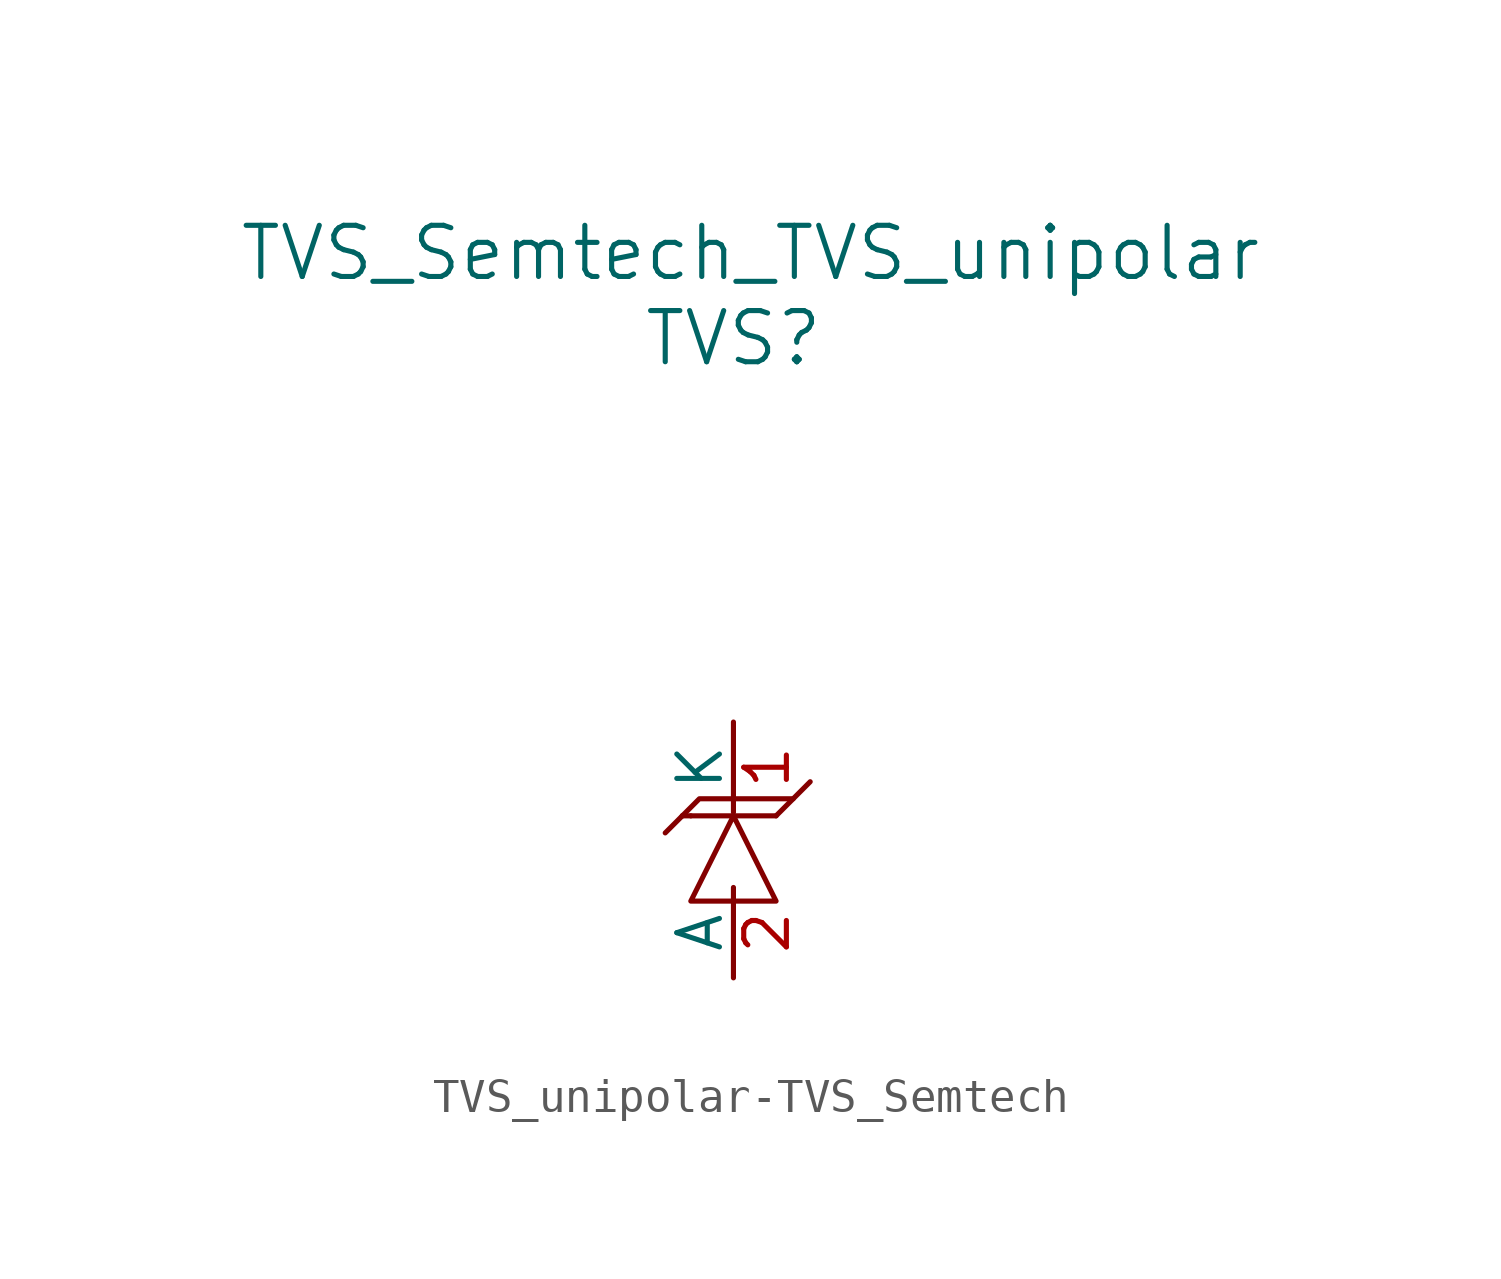
<source format=kicad_sym>
(kicad_symbol_lib
  (version 20220914)
  (generator kicad_symbol_editor)
  (symbol "TVS_unipolar-TVS_Semtech"
    (pin_names
      (offset 0))
    (property "Reference" "TVS"
      (at 0 17.78 0)
      (effects (font (size 1.524 1.524))))
    (property "Value" "TVS_Semtech_TVS_unipolar"
      (at 0.508 20.32 0)
      (effects (font (size 1.524 1.524))))
    (property "Footprint" ""
      (at 0 15.24 0)
      (effects (font (size 1.524 1.524))))
    (symbol "TVS_unipolar-TVS_Semtech_0_1"
      (polyline (pts (xy -1.524 3.556) (xy -2.032 3.048)) (stroke (width 0) (type solid)) (fill (type none)))
      (polyline (pts (xy -1.27 3.556) (xy -1.524 3.556)) (stroke (width 0) (type solid)) (fill (type none)))
      (polyline (pts (xy -1.27 3.556) (xy 1.27 3.556)) (stroke (width 0) (type solid)) (fill (type none)))
      (polyline (pts (xy 1.27 3.556) (xy 2.286 4.572)) (stroke (width 0) (type solid)) (fill (type none)))
      (polyline (pts (xy -1.524 3.556) (xy -1.016 4.064) (xy 1.778 4.064)) (stroke (width 0) (type solid)) (fill (type none)))
      (polyline (pts (xy 0 3.556) (xy -1.27 1.016) (xy 1.27 1.016) (xy 0 3.556)) (stroke (width 0) (type solid)) (fill (type none))))
    (symbol "TVS_unipolar-TVS_Semtech_1_1"
      (pin passive line (at 0 6.35 270) (length 2.692) (name "K" (effects (font (size 1.27 1.27)))) (number "1" (effects (font (size 1.27 1.27)))))
      (pin passive line (at 0 -1.27 90) (length 2.692) (name "A" (effects (font (size 1.27 1.27)))) (number "2" (effects (font (size 1.27 1.27))))))))
</source>
